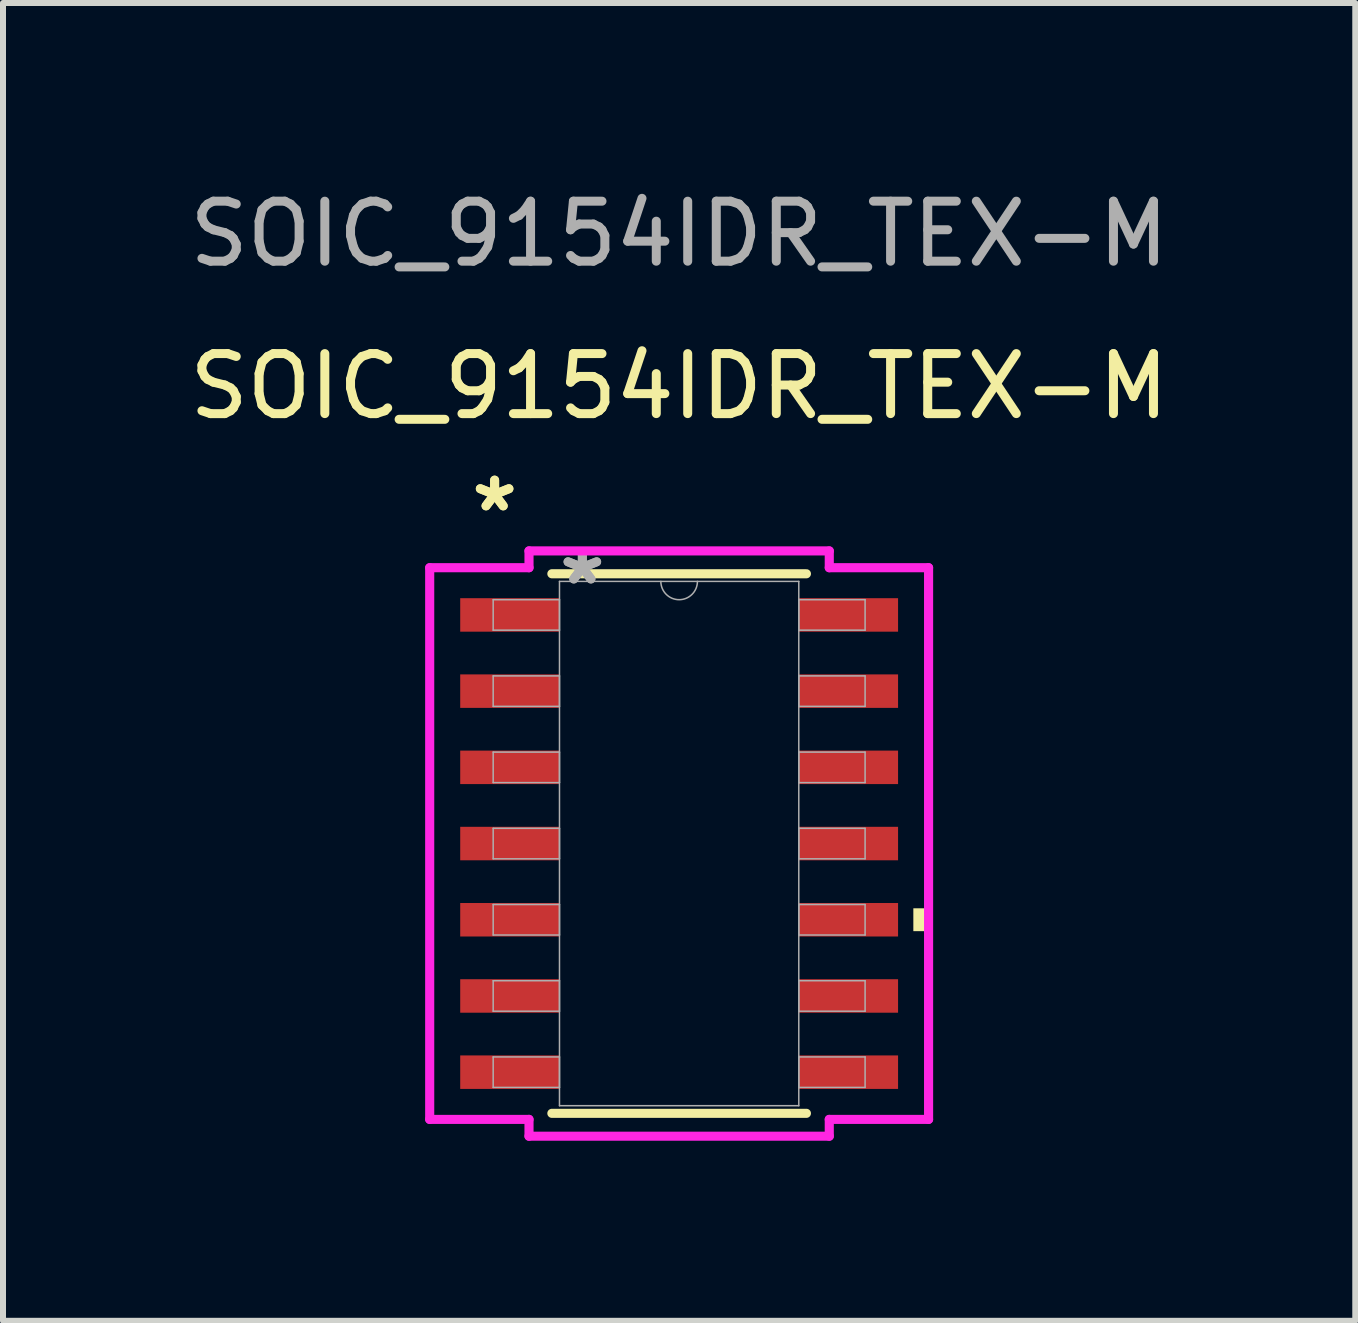
<source format=kicad_pcb>
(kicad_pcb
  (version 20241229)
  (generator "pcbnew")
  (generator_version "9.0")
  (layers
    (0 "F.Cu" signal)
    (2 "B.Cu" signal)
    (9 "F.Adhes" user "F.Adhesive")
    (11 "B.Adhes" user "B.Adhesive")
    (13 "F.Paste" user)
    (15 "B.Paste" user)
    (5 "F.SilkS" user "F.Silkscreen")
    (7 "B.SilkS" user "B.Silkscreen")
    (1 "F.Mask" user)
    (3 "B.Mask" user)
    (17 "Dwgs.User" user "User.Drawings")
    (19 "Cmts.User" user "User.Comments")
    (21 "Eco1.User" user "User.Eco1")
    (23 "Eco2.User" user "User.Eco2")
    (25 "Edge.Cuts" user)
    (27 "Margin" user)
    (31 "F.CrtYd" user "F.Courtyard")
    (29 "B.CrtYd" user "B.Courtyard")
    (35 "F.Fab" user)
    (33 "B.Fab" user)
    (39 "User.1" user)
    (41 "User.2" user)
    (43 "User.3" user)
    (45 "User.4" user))
  (footprint "SOIC_9154IDR_TEX-M"
    (layer "F.Cu")
    (at 8.268 11.008)
    (property "Reference" "SOIC_9154IDR_TEX-M" (at 0 -7.62 0) (unlocked yes) (layer "F.SilkS") (effects (font (size 1 1) (thickness 0.15))))
    (attr smd)
    (fp_line (start -2.121 4.496) (end 2.121 4.496) (stroke (width 0.152) (type solid)) (layer "F.SilkS"))
    (fp_line (start 2.121 -4.496) (end -2.121 -4.496) (stroke (width 0.152) (type solid)) (layer "F.SilkS"))
    (fp_poly (pts (xy 4.157 1.079) (xy 4.157 1.46) (xy 3.903 1.46) (xy 3.903 1.079)) (stroke (width 0) (type solid)) (fill yes) (layer "F.SilkS"))
    (fp_line (start -4.157 -4.597) (end -2.502 -4.597) (stroke (width 0.152) (type solid)) (layer "F.CrtYd"))
    (fp_line (start -4.157 4.597) (end -4.157 -4.597) (stroke (width 0.152) (type solid)) (layer "F.CrtYd"))
    (fp_line (start -4.157 4.597) (end -2.502 4.597) (stroke (width 0.152) (type solid)) (layer "F.CrtYd"))
    (fp_line (start -2.502 -4.877) (end 2.502 -4.877) (stroke (width 0.152) (type solid)) (layer "F.CrtYd"))
    (fp_line (start -2.502 -4.597) (end -2.502 -4.877) (stroke (width 0.152) (type solid)) (layer "F.CrtYd"))
    (fp_line (start -2.502 4.877) (end -2.502 4.597) (stroke (width 0.152) (type solid)) (layer "F.CrtYd"))
    (fp_line (start 2.502 -4.877) (end 2.502 -4.597) (stroke (width 0.152) (type solid)) (layer "F.CrtYd"))
    (fp_line (start 2.502 4.597) (end 2.502 4.877) (stroke (width 0.152) (type solid)) (layer "F.CrtYd"))
    (fp_line (start 2.502 4.877) (end -2.502 4.877) (stroke (width 0.152) (type solid)) (layer "F.CrtYd"))
    (fp_line (start 4.157 -4.597) (end 2.502 -4.597) (stroke (width 0.152) (type solid)) (layer "F.CrtYd"))
    (fp_line (start 4.157 -4.597) (end 4.157 4.597) (stroke (width 0.152) (type solid)) (layer "F.CrtYd"))
    (fp_line (start 4.157 4.597) (end 2.502 4.597) (stroke (width 0.152) (type solid)) (layer "F.CrtYd"))
    (fp_line (start -3.099 -4.064) (end -3.099 -3.556) (stroke (width 0.025) (type solid)) (layer "F.Fab"))
    (fp_line (start -3.099 -3.556) (end -1.994 -3.556) (stroke (width 0.025) (type solid)) (layer "F.Fab"))
    (fp_line (start -3.099 -2.794) (end -3.099 -2.286) (stroke (width 0.025) (type solid)) (layer "F.Fab"))
    (fp_line (start -3.099 -2.286) (end -1.994 -2.286) (stroke (width 0.025) (type solid)) (layer "F.Fab"))
    (fp_line (start -3.099 -1.524) (end -3.099 -1.016) (stroke (width 0.025) (type solid)) (layer "F.Fab"))
    (fp_line (start -3.099 -1.016) (end -1.994 -1.016) (stroke (width 0.025) (type solid)) (layer "F.Fab"))
    (fp_line (start -3.099 -0.254) (end -3.099 0.254) (stroke (width 0.025) (type solid)) (layer "F.Fab"))
    (fp_line (start -3.099 0.254) (end -1.994 0.254) (stroke (width 0.025) (type solid)) (layer "F.Fab"))
    (fp_line (start -3.099 1.016) (end -3.099 1.524) (stroke (width 0.025) (type solid)) (layer "F.Fab"))
    (fp_line (start -3.099 1.524) (end -1.994 1.524) (stroke (width 0.025) (type solid)) (layer "F.Fab"))
    (fp_line (start -3.099 2.286) (end -3.099 2.794) (stroke (width 0.025) (type solid)) (layer "F.Fab"))
    (fp_line (start -3.099 2.794) (end -1.994 2.794) (stroke (width 0.025) (type solid)) (layer "F.Fab"))
    (fp_line (start -3.099 3.556) (end -3.099 4.064) (stroke (width 0.025) (type solid)) (layer "F.Fab"))
    (fp_line (start -3.099 4.064) (end -1.994 4.064) (stroke (width 0.025) (type solid)) (layer "F.Fab"))
    (fp_line (start -1.994 -4.369) (end -1.994 4.369) (stroke (width 0.025) (type solid)) (layer "F.Fab"))
    (fp_line (start -1.994 -4.064) (end -3.099 -4.064) (stroke (width 0.025) (type solid)) (layer "F.Fab"))
    (fp_line (start -1.994 -3.556) (end -1.994 -4.064) (stroke (width 0.025) (type solid)) (layer "F.Fab"))
    (fp_line (start -1.994 -2.794) (end -3.099 -2.794) (stroke (width 0.025) (type solid)) (layer "F.Fab"))
    (fp_line (start -1.994 -2.286) (end -1.994 -2.794) (stroke (width 0.025) (type solid)) (layer "F.Fab"))
    (fp_line (start -1.994 -1.524) (end -3.099 -1.524) (stroke (width 0.025) (type solid)) (layer "F.Fab"))
    (fp_line (start -1.994 -1.016) (end -1.994 -1.524) (stroke (width 0.025) (type solid)) (layer "F.Fab"))
    (fp_line (start -1.994 -0.254) (end -3.099 -0.254) (stroke (width 0.025) (type solid)) (layer "F.Fab"))
    (fp_line (start -1.994 0.254) (end -1.994 -0.254) (stroke (width 0.025) (type solid)) (layer "F.Fab"))
    (fp_line (start -1.994 1.016) (end -3.099 1.016) (stroke (width 0.025) (type solid)) (layer "F.Fab"))
    (fp_line (start -1.994 1.524) (end -1.994 1.016) (stroke (width 0.025) (type solid)) (layer "F.Fab"))
    (fp_line (start -1.994 2.286) (end -3.099 2.286) (stroke (width 0.025) (type solid)) (layer "F.Fab"))
    (fp_line (start -1.994 2.794) (end -1.994 2.286) (stroke (width 0.025) (type solid)) (layer "F.Fab"))
    (fp_line (start -1.994 3.556) (end -3.099 3.556) (stroke (width 0.025) (type solid)) (layer "F.Fab"))
    (fp_line (start -1.994 4.064) (end -1.994 3.556) (stroke (width 0.025) (type solid)) (layer "F.Fab"))
    (fp_line (start -1.994 4.369) (end 1.994 4.369) (stroke (width 0.025) (type solid)) (layer "F.Fab"))
    (fp_line (start 1.994 -4.369) (end -1.994 -4.369) (stroke (width 0.025) (type solid)) (layer "F.Fab"))
    (fp_line (start 1.994 -4.064) (end 1.994 -3.556) (stroke (width 0.025) (type solid)) (layer "F.Fab"))
    (fp_line (start 1.994 -3.556) (end 3.099 -3.556) (stroke (width 0.025) (type solid)) (layer "F.Fab"))
    (fp_line (start 1.994 -2.794) (end 1.994 -2.286) (stroke (width 0.025) (type solid)) (layer "F.Fab"))
    (fp_line (start 1.994 -2.286) (end 3.099 -2.286) (stroke (width 0.025) (type solid)) (layer "F.Fab"))
    (fp_line (start 1.994 -1.524) (end 1.994 -1.016) (stroke (width 0.025) (type solid)) (layer "F.Fab"))
    (fp_line (start 1.994 -1.016) (end 3.099 -1.016) (stroke (width 0.025) (type solid)) (layer "F.Fab"))
    (fp_line (start 1.994 -0.254) (end 1.994 0.254) (stroke (width 0.025) (type solid)) (layer "F.Fab"))
    (fp_line (start 1.994 0.254) (end 3.099 0.254) (stroke (width 0.025) (type solid)) (layer "F.Fab"))
    (fp_line (start 1.994 1.016) (end 1.994 1.524) (stroke (width 0.025) (type solid)) (layer "F.Fab"))
    (fp_line (start 1.994 1.524) (end 3.099 1.524) (stroke (width 0.025) (type solid)) (layer "F.Fab"))
    (fp_line (start 1.994 2.286) (end 1.994 2.794) (stroke (width 0.025) (type solid)) (layer "F.Fab"))
    (fp_line (start 1.994 2.794) (end 3.099 2.794) (stroke (width 0.025) (type solid)) (layer "F.Fab"))
    (fp_line (start 1.994 3.556) (end 1.994 4.064) (stroke (width 0.025) (type solid)) (layer "F.Fab"))
    (fp_line (start 1.994 4.064) (end 3.099 4.064) (stroke (width 0.025) (type solid)) (layer "F.Fab"))
    (fp_line (start 1.994 4.369) (end 1.994 -4.369) (stroke (width 0.025) (type solid)) (layer "F.Fab"))
    (fp_line (start 3.099 -4.064) (end 1.994 -4.064) (stroke (width 0.025) (type solid)) (layer "F.Fab"))
    (fp_line (start 3.099 -3.556) (end 3.099 -4.064) (stroke (width 0.025) (type solid)) (layer "F.Fab"))
    (fp_line (start 3.099 -2.794) (end 1.994 -2.794) (stroke (width 0.025) (type solid)) (layer "F.Fab"))
    (fp_line (start 3.099 -2.286) (end 3.099 -2.794) (stroke (width 0.025) (type solid)) (layer "F.Fab"))
    (fp_line (start 3.099 -1.524) (end 1.994 -1.524) (stroke (width 0.025) (type solid)) (layer "F.Fab"))
    (fp_line (start 3.099 -1.016) (end 3.099 -1.524) (stroke (width 0.025) (type solid)) (layer "F.Fab"))
    (fp_line (start 3.099 -0.254) (end 1.994 -0.254) (stroke (width 0.025) (type solid)) (layer "F.Fab"))
    (fp_line (start 3.099 0.254) (end 3.099 -0.254) (stroke (width 0.025) (type solid)) (layer "F.Fab"))
    (fp_line (start 3.099 1.016) (end 1.994 1.016) (stroke (width 0.025) (type solid)) (layer "F.Fab"))
    (fp_line (start 3.099 1.524) (end 3.099 1.016) (stroke (width 0.025) (type solid)) (layer "F.Fab"))
    (fp_line (start 3.099 2.286) (end 1.994 2.286) (stroke (width 0.025) (type solid)) (layer "F.Fab"))
    (fp_line (start 3.099 2.794) (end 3.099 2.286) (stroke (width 0.025) (type solid)) (layer "F.Fab"))
    (fp_line (start 3.099 3.556) (end 1.994 3.556) (stroke (width 0.025) (type solid)) (layer "F.Fab"))
    (fp_line (start 3.099 4.064) (end 3.099 3.556) (stroke (width 0.025) (type solid)) (layer "F.Fab"))
    (fp_arc (start 0.3048 -4.3688) (mid 0 -4.064) (end -0.3048 -4.3688) (stroke (width 0.0254) (type solid)) (layer "F.Fab"))
    (fp_text user "*" (at -3.075 -5.511 0) (layer "F.SilkS") (effects (font (size 1 1) (thickness 0.15))))
    (fp_text user "*" (at -3.075 -5.511 0) (unlocked yes) (layer "F.SilkS") (effects (font (size 1 1) (thickness 0.15))))
    (fp_text user "*" (at -1.613 -4.293 0) (unlocked yes) (layer "F.Fab") (effects (font (size 1 1) (thickness 0.15))))
    (fp_text user "${REFERENCE}" (at 0 -10.16 0) (unlocked yes) (layer "F.Fab") (effects (font (size 1 1) (thickness 0.15))))
    (fp_text user "*" (at -1.613 -4.293 0) (layer "F.Fab") (effects (font (size 1 1) (thickness 0.15))))
    (pad "1" smd rect (at -2.821 -3.81) (size 1.655 0.558) (layers "F.Cu" "F.Mask" "F.Paste"))
    (pad "2" smd rect (at -2.821 -2.54) (size 1.655 0.558) (layers "F.Cu" "F.Mask" "F.Paste"))
    (pad "3" smd rect (at -2.821 -1.27) (size 1.655 0.558) (layers "F.Cu" "F.Mask" "F.Paste"))
    (pad "4" smd rect (at -2.821 0) (size 1.655 0.558) (layers "F.Cu" "F.Mask" "F.Paste"))
    (pad "5" smd rect (at -2.821 1.27) (size 1.655 0.558) (layers "F.Cu" "F.Mask" "F.Paste"))
    (pad "6" smd rect (at -2.821 2.54) (size 1.655 0.558) (layers "F.Cu" "F.Mask" "F.Paste"))
    (pad "7" smd rect (at -2.821 3.81) (size 1.655 0.558) (layers "F.Cu" "F.Mask" "F.Paste"))
    (pad "8" smd rect (at 2.821 3.81) (size 1.655 0.558) (layers "F.Cu" "F.Mask" "F.Paste"))
    (pad "9" smd rect (at 2.821 2.54) (size 1.655 0.558) (layers "F.Cu" "F.Mask" "F.Paste"))
    (pad "10" smd rect (at 2.821 1.27) (size 1.655 0.558) (layers "F.Cu" "F.Mask" "F.Paste"))
    (pad "11" smd rect (at 2.821 0) (size 1.655 0.558) (layers "F.Cu" "F.Mask" "F.Paste"))
    (pad "12" smd rect (at 2.821 -1.27) (size 1.655 0.558) (layers "F.Cu" "F.Mask" "F.Paste"))
    (pad "13" smd rect (at 2.821 -2.54) (size 1.655 0.558) (layers "F.Cu" "F.Mask" "F.Paste"))
    (pad "14" smd rect (at 2.821 -3.81) (size 1.655 0.558) (layers "F.Cu" "F.Mask" "F.Paste")))
  (gr_rect
    (start -3 -3)
    (end 19.536 18.961)
    (stroke (width 0.1) (type default))
    (fill no)
    (layer "Edge.Cuts")))
</source>
